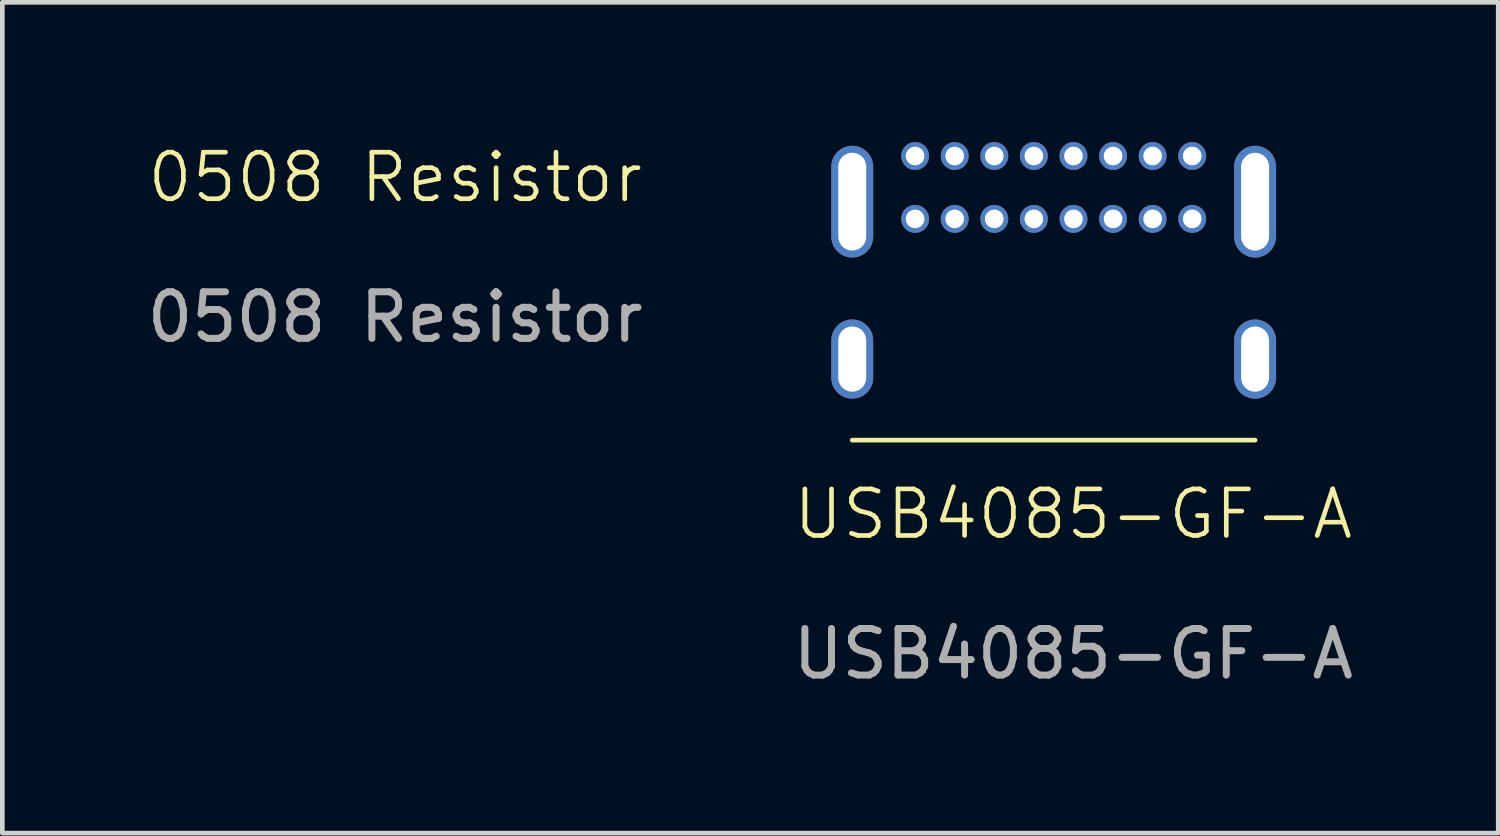
<source format=kicad_pcb>
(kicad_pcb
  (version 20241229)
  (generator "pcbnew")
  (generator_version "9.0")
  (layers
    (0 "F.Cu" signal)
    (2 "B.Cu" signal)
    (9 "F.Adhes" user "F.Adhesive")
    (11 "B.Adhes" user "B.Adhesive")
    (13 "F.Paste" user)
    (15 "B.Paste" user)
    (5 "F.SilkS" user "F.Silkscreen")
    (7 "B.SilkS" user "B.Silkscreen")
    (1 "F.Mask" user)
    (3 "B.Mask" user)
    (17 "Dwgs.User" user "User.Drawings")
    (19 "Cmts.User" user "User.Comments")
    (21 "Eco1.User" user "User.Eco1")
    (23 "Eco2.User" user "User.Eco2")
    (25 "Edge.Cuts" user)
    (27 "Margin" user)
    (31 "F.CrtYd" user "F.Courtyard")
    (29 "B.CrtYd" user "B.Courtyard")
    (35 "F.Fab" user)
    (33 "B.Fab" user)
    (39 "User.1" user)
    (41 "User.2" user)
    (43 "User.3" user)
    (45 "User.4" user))
  (footprint "USB4085-GF-A"
    (layer "F.Cu")
    (at 19.574 3.35)
    (property "Reference" "USB4085-GF-A" (at 0.42 4.64 0) (unlocked yes) (layer "F.SilkS") (effects (font (size 1 1) (thickness 0.1))))
    (attr through_hole)
    (fp_line (start -4.325 3.05) (end 4.325 3.05) (stroke (width 0.1) (type default)) (layer "F.SilkS"))
    (fp_text user "${REFERENCE}" (at 0.42 7.64 0) (unlocked yes) (layer "F.Fab") (effects (font (size 1 1) (thickness 0.15))))
    (pad "A1" thru_hole circle (at -2.975 -3.05) (size 0.6 0.6) (drill 0.4) (layers "*.Cu" "*.Mask"))
    (pad "A4" thru_hole circle (at -2.125 -3.05) (size 0.6 0.6) (drill 0.4) (layers "*.Cu" "*.Mask"))
    (pad "A5" thru_hole circle (at -1.275 -3.05) (size 0.6 0.6) (drill 0.4) (layers "*.Cu" "*.Mask"))
    (pad "A6" thru_hole circle (at -0.425 -3.05) (size 0.6 0.6) (drill 0.4) (layers "*.Cu" "*.Mask"))
    (pad "A7" thru_hole circle (at 0.425 -3.05) (size 0.6 0.6) (drill 0.4) (layers "*.Cu" "*.Mask"))
    (pad "A8" thru_hole circle (at 1.275 -3.05) (size 0.6 0.6) (drill 0.4) (layers "*.Cu" "*.Mask"))
    (pad "A9" thru_hole circle (at 2.125 -3.05 90) (size 0.6 0.6) (drill 0.4) (layers "*.Cu" "*.Mask"))
    (pad "A12" thru_hole circle (at 2.975 -3.05) (size 0.6 0.6) (drill 0.4) (layers "*.Cu" "*.Mask"))
    (pad "B1" thru_hole circle (at 2.975 -1.7) (size 0.6 0.6) (drill 0.4) (layers "*.Cu" "*.Mask"))
    (pad "B4" thru_hole circle (at 2.125 -1.7 90) (size 0.6 0.6) (drill 0.4) (layers "*.Cu" "*.Mask"))
    (pad "B5" thru_hole circle (at 1.275 -1.7) (size 0.6 0.6) (drill 0.4) (layers "*.Cu" "*.Mask"))
    (pad "B6" thru_hole circle (at 0.425 -1.7) (size 0.6 0.6) (drill 0.4) (layers "*.Cu" "*.Mask"))
    (pad "B7" thru_hole circle (at -0.425 -1.7) (size 0.6 0.6) (drill 0.4) (layers "*.Cu" "*.Mask"))
    (pad "B8" thru_hole circle (at -1.275 -1.7) (size 0.6 0.6) (drill 0.4) (layers "*.Cu" "*.Mask"))
    (pad "B9" thru_hole circle (at -2.125 -1.7) (size 0.6 0.6) (drill 0.4) (layers "*.Cu" "*.Mask"))
    (pad "B12" thru_hole circle (at -2.975 -1.7) (size 0.6 0.6) (drill 0.4) (layers "*.Cu" "*.Mask"))
    (pad "S1" thru_hole oval (at -4.325 -2.07) (size 0.9 2.4) (drill oval 0.6 2.1) (layers "*.Cu" "*.Mask"))
    (pad "S1" thru_hole oval (at -4.325 1.31) (size 0.9 1.7) (drill oval 0.6 1.4) (layers "*.Cu" "*.Mask"))
    (pad "S1" thru_hole oval (at 4.325 -2.07) (size 0.9 2.4) (drill oval 0.6 2.1) (layers "*.Cu" "*.Mask"))
    (pad "S1" thru_hole oval (at 4.325 1.31) (size 0.9 1.7) (drill oval 0.6 1.4) (layers "*.Cu" "*.Mask")))
  (footprint "0508 Resistor"
    (layer "F.Cu")
    (at 5.435 1.26)
    (property "Reference" "0508 Resistor" (at 0 -0.5 0) (unlocked yes) (layer "F.SilkS") (effects (font (size 1 1) (thickness 0.1))))
    (attr smd)
    (fp_text user "${REFERENCE}" (at 0 2.5 0) (unlocked yes) (layer "F.Fab") (effects (font (size 1 1) (thickness 0.15)))))
  (gr_rect
    (start -3 -3)
    (end 29.119 14.838)
    (stroke (width 0.1) (type default))
    (fill no)
    (layer "Edge.Cuts")))
</source>
